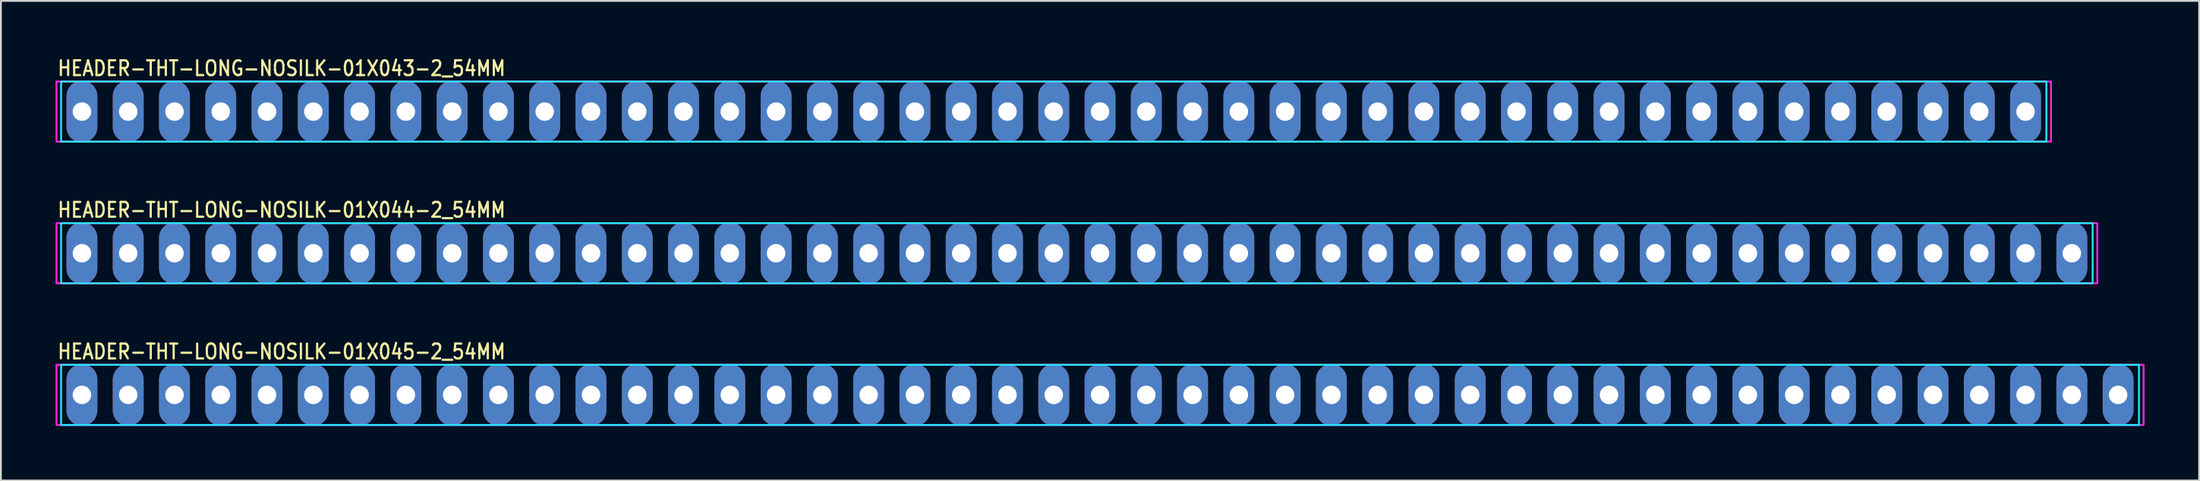
<source format=kicad_pcb>
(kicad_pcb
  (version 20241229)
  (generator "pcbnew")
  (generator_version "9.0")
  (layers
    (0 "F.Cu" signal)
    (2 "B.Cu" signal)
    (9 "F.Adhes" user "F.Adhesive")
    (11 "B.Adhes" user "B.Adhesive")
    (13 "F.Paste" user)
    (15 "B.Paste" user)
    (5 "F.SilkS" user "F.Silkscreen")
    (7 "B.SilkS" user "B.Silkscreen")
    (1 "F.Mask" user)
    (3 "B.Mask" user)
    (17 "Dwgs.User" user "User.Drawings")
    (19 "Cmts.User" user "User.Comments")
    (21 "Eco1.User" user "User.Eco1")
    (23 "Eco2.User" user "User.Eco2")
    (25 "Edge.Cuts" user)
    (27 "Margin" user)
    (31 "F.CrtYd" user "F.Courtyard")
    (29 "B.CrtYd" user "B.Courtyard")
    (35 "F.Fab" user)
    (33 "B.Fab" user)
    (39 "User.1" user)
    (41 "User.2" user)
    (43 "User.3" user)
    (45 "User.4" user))
  (footprint "HEADER-THT-LONG-NOSILK-01X045-2_54MM"
    (layer "F.Cu")
    (at 1.447 18.638)
    (property "Reference" "HEADER-THT-LONG-NOSILK-01X045-2_54MM" (at -1.4 -1.9 0) (unlocked yes) (layer "F.SilkS") (effects (font (size 0.813 0.695) (thickness 0.122)) (justify left bottom)))
    (fp_poly (pts (xy -1.143 -1.651) (xy 112.903 -1.651) (xy 112.903 1.651) (xy -1.143 1.651)) (stroke (width 0.1) (type solid)) (fill no) (layer "B.CrtYd"))
    (fp_poly (pts (xy -1.397 -1.651) (xy 113.157 -1.651) (xy 113.157 1.651) (xy -1.397 1.651)) (stroke (width 0.1) (type solid)) (fill no) (layer "F.CrtYd"))
    (pad "P$1" thru_hole oval (at 0 0 90) (size 3.387 1.693) (drill 1.016) (layers "*.Cu" "*.Mask"))
    (pad "P$2" thru_hole oval (at 2.54 0 90) (size 3.387 1.693) (drill 1.016) (layers "*.Cu" "*.Mask"))
    (pad "P$3" thru_hole oval (at 5.08 0 90) (size 3.387 1.693) (drill 1.016) (layers "*.Cu" "*.Mask"))
    (pad "P$4" thru_hole oval (at 7.62 0 90) (size 3.387 1.693) (drill 1.016) (layers "*.Cu" "*.Mask"))
    (pad "P$5" thru_hole oval (at 10.16 0 90) (size 3.387 1.693) (drill 1.016) (layers "*.Cu" "*.Mask"))
    (pad "P$6" thru_hole oval (at 12.7 0 90) (size 3.387 1.693) (drill 1.016) (layers "*.Cu" "*.Mask"))
    (pad "P$7" thru_hole oval (at 15.24 0 90) (size 3.387 1.693) (drill 1.016) (layers "*.Cu" "*.Mask"))
    (pad "P$8" thru_hole oval (at 17.78 0 90) (size 3.387 1.693) (drill 1.016) (layers "*.Cu" "*.Mask"))
    (pad "P$9" thru_hole oval (at 20.32 0 90) (size 3.387 1.693) (drill 1.016) (layers "*.Cu" "*.Mask"))
    (pad "P$10" thru_hole oval (at 22.86 0 90) (size 3.387 1.693) (drill 1.016) (layers "*.Cu" "*.Mask"))
    (pad "P$11" thru_hole oval (at 25.4 0 90) (size 3.387 1.693) (drill 1.016) (layers "*.Cu" "*.Mask"))
    (pad "P$12" thru_hole oval (at 27.94 0 90) (size 3.387 1.693) (drill 1.016) (layers "*.Cu" "*.Mask"))
    (pad "P$13" thru_hole oval (at 30.48 0 90) (size 3.387 1.693) (drill 1.016) (layers "*.Cu" "*.Mask"))
    (pad "P$14" thru_hole oval (at 33.02 0 90) (size 3.387 1.693) (drill 1.016) (layers "*.Cu" "*.Mask"))
    (pad "P$15" thru_hole oval (at 35.56 0 90) (size 3.387 1.693) (drill 1.016) (layers "*.Cu" "*.Mask"))
    (pad "P$16" thru_hole oval (at 38.1 0 90) (size 3.387 1.693) (drill 1.016) (layers "*.Cu" "*.Mask"))
    (pad "P$17" thru_hole oval (at 40.64 0 90) (size 3.387 1.693) (drill 1.016) (layers "*.Cu" "*.Mask"))
    (pad "P$18" thru_hole oval (at 43.18 0 90) (size 3.387 1.693) (drill 1.016) (layers "*.Cu" "*.Mask"))
    (pad "P$19" thru_hole oval (at 45.72 0 90) (size 3.387 1.693) (drill 1.016) (layers "*.Cu" "*.Mask"))
    (pad "P$20" thru_hole oval (at 48.26 0 90) (size 3.387 1.693) (drill 1.016) (layers "*.Cu" "*.Mask"))
    (pad "P$21" thru_hole oval (at 50.8 0 90) (size 3.387 1.693) (drill 1.016) (layers "*.Cu" "*.Mask"))
    (pad "P$22" thru_hole oval (at 53.34 0 90) (size 3.387 1.693) (drill 1.016) (layers "*.Cu" "*.Mask"))
    (pad "P$23" thru_hole oval (at 55.88 0 90) (size 3.387 1.693) (drill 1.016) (layers "*.Cu" "*.Mask"))
    (pad "P$24" thru_hole oval (at 58.42 0 90) (size 3.387 1.693) (drill 1.016) (layers "*.Cu" "*.Mask"))
    (pad "P$25" thru_hole oval (at 60.96 0 90) (size 3.387 1.693) (drill 1.016) (layers "*.Cu" "*.Mask"))
    (pad "P$26" thru_hole oval (at 63.5 0 90) (size 3.387 1.693) (drill 1.016) (layers "*.Cu" "*.Mask"))
    (pad "P$27" thru_hole oval (at 66.04 0 90) (size 3.387 1.693) (drill 1.016) (layers "*.Cu" "*.Mask"))
    (pad "P$28" thru_hole oval (at 68.58 0 90) (size 3.387 1.693) (drill 1.016) (layers "*.Cu" "*.Mask"))
    (pad "P$29" thru_hole oval (at 71.12 0 90) (size 3.387 1.693) (drill 1.016) (layers "*.Cu" "*.Mask"))
    (pad "P$30" thru_hole oval (at 73.66 0 90) (size 3.387 1.693) (drill 1.016) (layers "*.Cu" "*.Mask"))
    (pad "P$31" thru_hole oval (at 76.2 0 90) (size 3.387 1.693) (drill 1.016) (layers "*.Cu" "*.Mask"))
    (pad "P$32" thru_hole oval (at 78.74 0 90) (size 3.387 1.693) (drill 1.016) (layers "*.Cu" "*.Mask"))
    (pad "P$33" thru_hole oval (at 81.28 0 90) (size 3.387 1.693) (drill 1.016) (layers "*.Cu" "*.Mask"))
    (pad "P$34" thru_hole oval (at 83.82 0 90) (size 3.387 1.693) (drill 1.016) (layers "*.Cu" "*.Mask"))
    (pad "P$35" thru_hole oval (at 86.36 0 90) (size 3.387 1.693) (drill 1.016) (layers "*.Cu" "*.Mask"))
    (pad "P$36" thru_hole oval (at 88.9 0 90) (size 3.387 1.693) (drill 1.016) (layers "*.Cu" "*.Mask"))
    (pad "P$37" thru_hole oval (at 91.44 0 90) (size 3.387 1.693) (drill 1.016) (layers "*.Cu" "*.Mask"))
    (pad "P$38" thru_hole oval (at 93.98 0 90) (size 3.387 1.693) (drill 1.016) (layers "*.Cu" "*.Mask"))
    (pad "P$39" thru_hole oval (at 96.52 0 90) (size 3.387 1.693) (drill 1.016) (layers "*.Cu" "*.Mask"))
    (pad "P$40" thru_hole oval (at 99.06 0 90) (size 3.387 1.693) (drill 1.016) (layers "*.Cu" "*.Mask"))
    (pad "P$41" thru_hole oval (at 101.6 0 90) (size 3.387 1.693) (drill 1.016) (layers "*.Cu" "*.Mask"))
    (pad "P$42" thru_hole oval (at 104.14 0 90) (size 3.387 1.693) (drill 1.016) (layers "*.Cu" "*.Mask"))
    (pad "P$43" thru_hole oval (at 106.68 0 90) (size 3.387 1.693) (drill 1.016) (layers "*.Cu" "*.Mask"))
    (pad "P$44" thru_hole oval (at 109.22 0 90) (size 3.387 1.693) (drill 1.016) (layers "*.Cu" "*.Mask"))
    (pad "P$45" thru_hole oval (at 111.76 0 90) (size 3.387 1.693) (drill 1.016) (layers "*.Cu" "*.Mask")))
  (footprint "HEADER-THT-LONG-NOSILK-01X044-2_54MM"
    (layer "F.Cu")
    (at 1.447 10.858)
    (property "Reference" "HEADER-THT-LONG-NOSILK-01X044-2_54MM" (at -1.4 -1.9 0) (unlocked yes) (layer "F.SilkS") (effects (font (size 0.813 0.695) (thickness 0.122)) (justify left bottom)))
    (fp_poly (pts (xy -1.143 -1.651) (xy 110.363 -1.651) (xy 110.363 1.651) (xy -1.143 1.651)) (stroke (width 0.1) (type solid)) (fill no) (layer "B.CrtYd"))
    (fp_poly (pts (xy -1.397 -1.651) (xy 110.617 -1.651) (xy 110.617 1.651) (xy -1.397 1.651)) (stroke (width 0.1) (type solid)) (fill no) (layer "F.CrtYd"))
    (pad "P$1" thru_hole oval (at 0 0 90) (size 3.387 1.693) (drill 1.016) (layers "*.Cu" "*.Mask"))
    (pad "P$2" thru_hole oval (at 2.54 0 90) (size 3.387 1.693) (drill 1.016) (layers "*.Cu" "*.Mask"))
    (pad "P$3" thru_hole oval (at 5.08 0 90) (size 3.387 1.693) (drill 1.016) (layers "*.Cu" "*.Mask"))
    (pad "P$4" thru_hole oval (at 7.62 0 90) (size 3.387 1.693) (drill 1.016) (layers "*.Cu" "*.Mask"))
    (pad "P$5" thru_hole oval (at 10.16 0 90) (size 3.387 1.693) (drill 1.016) (layers "*.Cu" "*.Mask"))
    (pad "P$6" thru_hole oval (at 12.7 0 90) (size 3.387 1.693) (drill 1.016) (layers "*.Cu" "*.Mask"))
    (pad "P$7" thru_hole oval (at 15.24 0 90) (size 3.387 1.693) (drill 1.016) (layers "*.Cu" "*.Mask"))
    (pad "P$8" thru_hole oval (at 17.78 0 90) (size 3.387 1.693) (drill 1.016) (layers "*.Cu" "*.Mask"))
    (pad "P$9" thru_hole oval (at 20.32 0 90) (size 3.387 1.693) (drill 1.016) (layers "*.Cu" "*.Mask"))
    (pad "P$10" thru_hole oval (at 22.86 0 90) (size 3.387 1.693) (drill 1.016) (layers "*.Cu" "*.Mask"))
    (pad "P$11" thru_hole oval (at 25.4 0 90) (size 3.387 1.693) (drill 1.016) (layers "*.Cu" "*.Mask"))
    (pad "P$12" thru_hole oval (at 27.94 0 90) (size 3.387 1.693) (drill 1.016) (layers "*.Cu" "*.Mask"))
    (pad "P$13" thru_hole oval (at 30.48 0 90) (size 3.387 1.693) (drill 1.016) (layers "*.Cu" "*.Mask"))
    (pad "P$14" thru_hole oval (at 33.02 0 90) (size 3.387 1.693) (drill 1.016) (layers "*.Cu" "*.Mask"))
    (pad "P$15" thru_hole oval (at 35.56 0 90) (size 3.387 1.693) (drill 1.016) (layers "*.Cu" "*.Mask"))
    (pad "P$16" thru_hole oval (at 38.1 0 90) (size 3.387 1.693) (drill 1.016) (layers "*.Cu" "*.Mask"))
    (pad "P$17" thru_hole oval (at 40.64 0 90) (size 3.387 1.693) (drill 1.016) (layers "*.Cu" "*.Mask"))
    (pad "P$18" thru_hole oval (at 43.18 0 90) (size 3.387 1.693) (drill 1.016) (layers "*.Cu" "*.Mask"))
    (pad "P$19" thru_hole oval (at 45.72 0 90) (size 3.387 1.693) (drill 1.016) (layers "*.Cu" "*.Mask"))
    (pad "P$20" thru_hole oval (at 48.26 0 90) (size 3.387 1.693) (drill 1.016) (layers "*.Cu" "*.Mask"))
    (pad "P$21" thru_hole oval (at 50.8 0 90) (size 3.387 1.693) (drill 1.016) (layers "*.Cu" "*.Mask"))
    (pad "P$22" thru_hole oval (at 53.34 0 90) (size 3.387 1.693) (drill 1.016) (layers "*.Cu" "*.Mask"))
    (pad "P$23" thru_hole oval (at 55.88 0 90) (size 3.387 1.693) (drill 1.016) (layers "*.Cu" "*.Mask"))
    (pad "P$24" thru_hole oval (at 58.42 0 90) (size 3.387 1.693) (drill 1.016) (layers "*.Cu" "*.Mask"))
    (pad "P$25" thru_hole oval (at 60.96 0 90) (size 3.387 1.693) (drill 1.016) (layers "*.Cu" "*.Mask"))
    (pad "P$26" thru_hole oval (at 63.5 0 90) (size 3.387 1.693) (drill 1.016) (layers "*.Cu" "*.Mask"))
    (pad "P$27" thru_hole oval (at 66.04 0 90) (size 3.387 1.693) (drill 1.016) (layers "*.Cu" "*.Mask"))
    (pad "P$28" thru_hole oval (at 68.58 0 90) (size 3.387 1.693) (drill 1.016) (layers "*.Cu" "*.Mask"))
    (pad "P$29" thru_hole oval (at 71.12 0 90) (size 3.387 1.693) (drill 1.016) (layers "*.Cu" "*.Mask"))
    (pad "P$30" thru_hole oval (at 73.66 0 90) (size 3.387 1.693) (drill 1.016) (layers "*.Cu" "*.Mask"))
    (pad "P$31" thru_hole oval (at 76.2 0 90) (size 3.387 1.693) (drill 1.016) (layers "*.Cu" "*.Mask"))
    (pad "P$32" thru_hole oval (at 78.74 0 90) (size 3.387 1.693) (drill 1.016) (layers "*.Cu" "*.Mask"))
    (pad "P$33" thru_hole oval (at 81.28 0 90) (size 3.387 1.693) (drill 1.016) (layers "*.Cu" "*.Mask"))
    (pad "P$34" thru_hole oval (at 83.82 0 90) (size 3.387 1.693) (drill 1.016) (layers "*.Cu" "*.Mask"))
    (pad "P$35" thru_hole oval (at 86.36 0 90) (size 3.387 1.693) (drill 1.016) (layers "*.Cu" "*.Mask"))
    (pad "P$36" thru_hole oval (at 88.9 0 90) (size 3.387 1.693) (drill 1.016) (layers "*.Cu" "*.Mask"))
    (pad "P$37" thru_hole oval (at 91.44 0 90) (size 3.387 1.693) (drill 1.016) (layers "*.Cu" "*.Mask"))
    (pad "P$38" thru_hole oval (at 93.98 0 90) (size 3.387 1.693) (drill 1.016) (layers "*.Cu" "*.Mask"))
    (pad "P$39" thru_hole oval (at 96.52 0 90) (size 3.387 1.693) (drill 1.016) (layers "*.Cu" "*.Mask"))
    (pad "P$40" thru_hole oval (at 99.06 0 90) (size 3.387 1.693) (drill 1.016) (layers "*.Cu" "*.Mask"))
    (pad "P$41" thru_hole oval (at 101.6 0 90) (size 3.387 1.693) (drill 1.016) (layers "*.Cu" "*.Mask"))
    (pad "P$42" thru_hole oval (at 104.14 0 90) (size 3.387 1.693) (drill 1.016) (layers "*.Cu" "*.Mask"))
    (pad "P$43" thru_hole oval (at 106.68 0 90) (size 3.387 1.693) (drill 1.016) (layers "*.Cu" "*.Mask"))
    (pad "P$44" thru_hole oval (at 109.22 0 90) (size 3.387 1.693) (drill 1.016) (layers "*.Cu" "*.Mask")))
  (footprint "HEADER-THT-LONG-NOSILK-01X043-2_54MM"
    (layer "F.Cu")
    (at 1.447 3.079)
    (property "Reference" "HEADER-THT-LONG-NOSILK-01X043-2_54MM" (at -1.4 -1.9 0) (unlocked yes) (layer "F.SilkS") (effects (font (size 0.813 0.695) (thickness 0.122)) (justify left bottom)))
    (fp_poly (pts (xy -1.143 -1.651) (xy 107.823 -1.651) (xy 107.823 1.651) (xy -1.143 1.651)) (stroke (width 0.1) (type solid)) (fill no) (layer "B.CrtYd"))
    (fp_poly (pts (xy -1.397 -1.651) (xy 108.077 -1.651) (xy 108.077 1.651) (xy -1.397 1.651)) (stroke (width 0.1) (type solid)) (fill no) (layer "F.CrtYd"))
    (pad "P$1" thru_hole oval (at 0 0 90) (size 3.387 1.693) (drill 1.016) (layers "*.Cu" "*.Mask"))
    (pad "P$2" thru_hole oval (at 2.54 0 90) (size 3.387 1.693) (drill 1.016) (layers "*.Cu" "*.Mask"))
    (pad "P$3" thru_hole oval (at 5.08 0 90) (size 3.387 1.693) (drill 1.016) (layers "*.Cu" "*.Mask"))
    (pad "P$4" thru_hole oval (at 7.62 0 90) (size 3.387 1.693) (drill 1.016) (layers "*.Cu" "*.Mask"))
    (pad "P$5" thru_hole oval (at 10.16 0 90) (size 3.387 1.693) (drill 1.016) (layers "*.Cu" "*.Mask"))
    (pad "P$6" thru_hole oval (at 12.7 0 90) (size 3.387 1.693) (drill 1.016) (layers "*.Cu" "*.Mask"))
    (pad "P$7" thru_hole oval (at 15.24 0 90) (size 3.387 1.693) (drill 1.016) (layers "*.Cu" "*.Mask"))
    (pad "P$8" thru_hole oval (at 17.78 0 90) (size 3.387 1.693) (drill 1.016) (layers "*.Cu" "*.Mask"))
    (pad "P$9" thru_hole oval (at 20.32 0 90) (size 3.387 1.693) (drill 1.016) (layers "*.Cu" "*.Mask"))
    (pad "P$10" thru_hole oval (at 22.86 0 90) (size 3.387 1.693) (drill 1.016) (layers "*.Cu" "*.Mask"))
    (pad "P$11" thru_hole oval (at 25.4 0 90) (size 3.387 1.693) (drill 1.016) (layers "*.Cu" "*.Mask"))
    (pad "P$12" thru_hole oval (at 27.94 0 90) (size 3.387 1.693) (drill 1.016) (layers "*.Cu" "*.Mask"))
    (pad "P$13" thru_hole oval (at 30.48 0 90) (size 3.387 1.693) (drill 1.016) (layers "*.Cu" "*.Mask"))
    (pad "P$14" thru_hole oval (at 33.02 0 90) (size 3.387 1.693) (drill 1.016) (layers "*.Cu" "*.Mask"))
    (pad "P$15" thru_hole oval (at 35.56 0 90) (size 3.387 1.693) (drill 1.016) (layers "*.Cu" "*.Mask"))
    (pad "P$16" thru_hole oval (at 38.1 0 90) (size 3.387 1.693) (drill 1.016) (layers "*.Cu" "*.Mask"))
    (pad "P$17" thru_hole oval (at 40.64 0 90) (size 3.387 1.693) (drill 1.016) (layers "*.Cu" "*.Mask"))
    (pad "P$18" thru_hole oval (at 43.18 0 90) (size 3.387 1.693) (drill 1.016) (layers "*.Cu" "*.Mask"))
    (pad "P$19" thru_hole oval (at 45.72 0 90) (size 3.387 1.693) (drill 1.016) (layers "*.Cu" "*.Mask"))
    (pad "P$20" thru_hole oval (at 48.26 0 90) (size 3.387 1.693) (drill 1.016) (layers "*.Cu" "*.Mask"))
    (pad "P$21" thru_hole oval (at 50.8 0 90) (size 3.387 1.693) (drill 1.016) (layers "*.Cu" "*.Mask"))
    (pad "P$22" thru_hole oval (at 53.34 0 90) (size 3.387 1.693) (drill 1.016) (layers "*.Cu" "*.Mask"))
    (pad "P$23" thru_hole oval (at 55.88 0 90) (size 3.387 1.693) (drill 1.016) (layers "*.Cu" "*.Mask"))
    (pad "P$24" thru_hole oval (at 58.42 0 90) (size 3.387 1.693) (drill 1.016) (layers "*.Cu" "*.Mask"))
    (pad "P$25" thru_hole oval (at 60.96 0 90) (size 3.387 1.693) (drill 1.016) (layers "*.Cu" "*.Mask"))
    (pad "P$26" thru_hole oval (at 63.5 0 90) (size 3.387 1.693) (drill 1.016) (layers "*.Cu" "*.Mask"))
    (pad "P$27" thru_hole oval (at 66.04 0 90) (size 3.387 1.693) (drill 1.016) (layers "*.Cu" "*.Mask"))
    (pad "P$28" thru_hole oval (at 68.58 0 90) (size 3.387 1.693) (drill 1.016) (layers "*.Cu" "*.Mask"))
    (pad "P$29" thru_hole oval (at 71.12 0 90) (size 3.387 1.693) (drill 1.016) (layers "*.Cu" "*.Mask"))
    (pad "P$30" thru_hole oval (at 73.66 0 90) (size 3.387 1.693) (drill 1.016) (layers "*.Cu" "*.Mask"))
    (pad "P$31" thru_hole oval (at 76.2 0 90) (size 3.387 1.693) (drill 1.016) (layers "*.Cu" "*.Mask"))
    (pad "P$32" thru_hole oval (at 78.74 0 90) (size 3.387 1.693) (drill 1.016) (layers "*.Cu" "*.Mask"))
    (pad "P$33" thru_hole oval (at 81.28 0 90) (size 3.387 1.693) (drill 1.016) (layers "*.Cu" "*.Mask"))
    (pad "P$34" thru_hole oval (at 83.82 0 90) (size 3.387 1.693) (drill 1.016) (layers "*.Cu" "*.Mask"))
    (pad "P$35" thru_hole oval (at 86.36 0 90) (size 3.387 1.693) (drill 1.016) (layers "*.Cu" "*.Mask"))
    (pad "P$36" thru_hole oval (at 88.9 0 90) (size 3.387 1.693) (drill 1.016) (layers "*.Cu" "*.Mask"))
    (pad "P$37" thru_hole oval (at 91.44 0 90) (size 3.387 1.693) (drill 1.016) (layers "*.Cu" "*.Mask"))
    (pad "P$38" thru_hole oval (at 93.98 0 90) (size 3.387 1.693) (drill 1.016) (layers "*.Cu" "*.Mask"))
    (pad "P$39" thru_hole oval (at 96.52 0 90) (size 3.387 1.693) (drill 1.016) (layers "*.Cu" "*.Mask"))
    (pad "P$40" thru_hole oval (at 99.06 0 90) (size 3.387 1.693) (drill 1.016) (layers "*.Cu" "*.Mask"))
    (pad "P$41" thru_hole oval (at 101.6 0 90) (size 3.387 1.693) (drill 1.016) (layers "*.Cu" "*.Mask"))
    (pad "P$42" thru_hole oval (at 104.14 0 90) (size 3.387 1.693) (drill 1.016) (layers "*.Cu" "*.Mask"))
    (pad "P$43" thru_hole oval (at 106.68 0 90) (size 3.387 1.693) (drill 1.016) (layers "*.Cu" "*.Mask")))
  (gr_rect
    (start -3 -3)
    (end 117.654 23.339)
    (stroke (width 0.1) (type default))
    (fill no)
    (layer "Edge.Cuts")))
</source>
